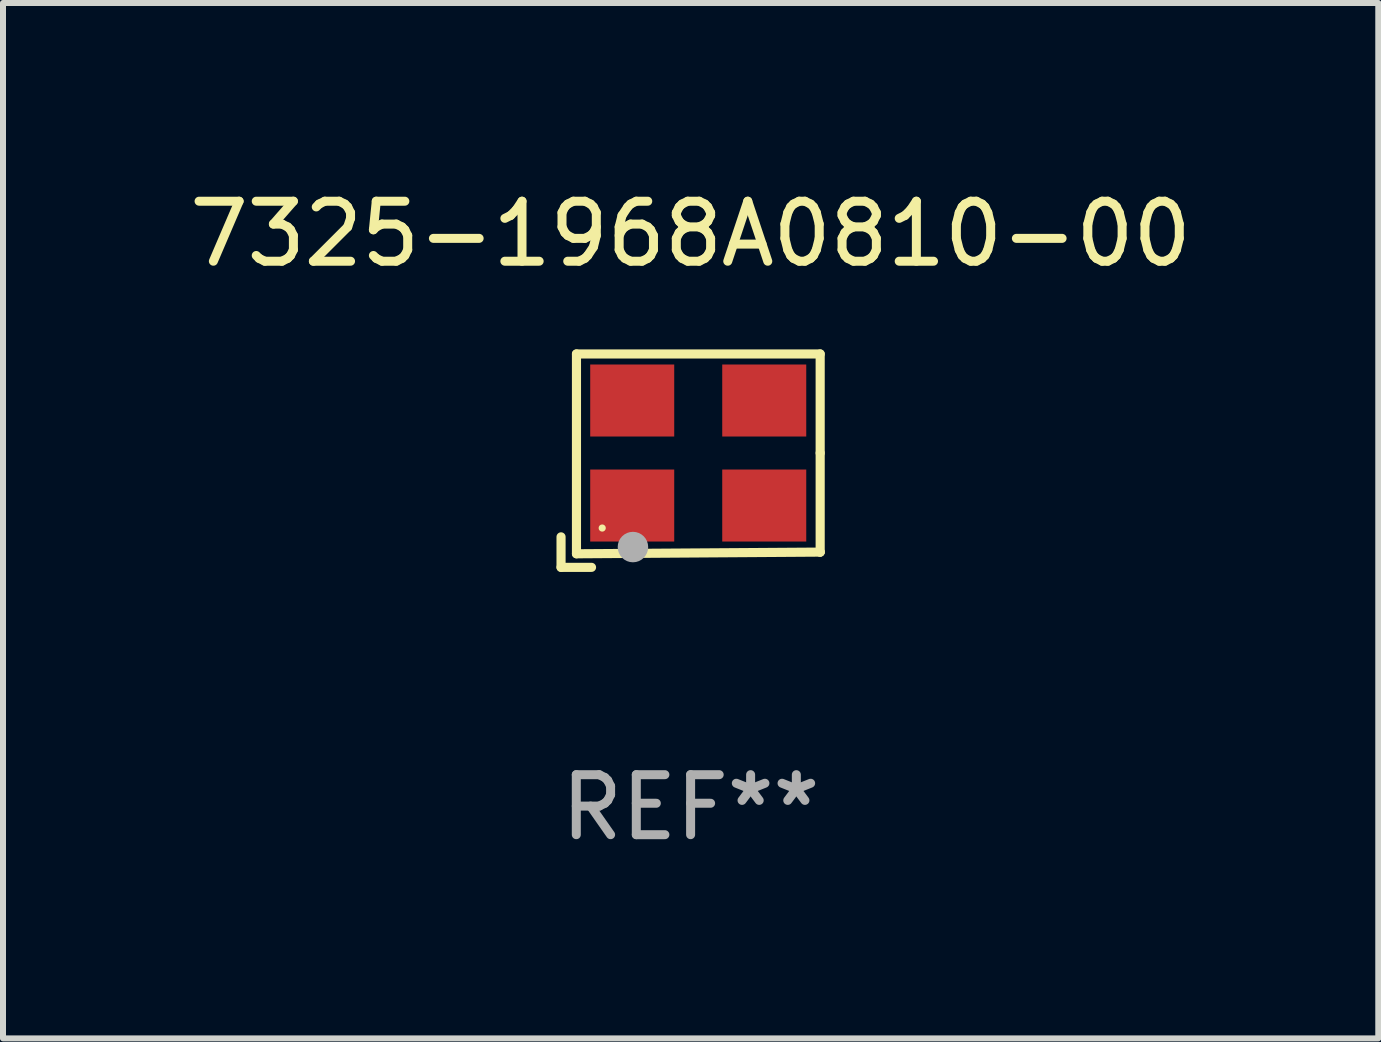
<source format=kicad_pcb>
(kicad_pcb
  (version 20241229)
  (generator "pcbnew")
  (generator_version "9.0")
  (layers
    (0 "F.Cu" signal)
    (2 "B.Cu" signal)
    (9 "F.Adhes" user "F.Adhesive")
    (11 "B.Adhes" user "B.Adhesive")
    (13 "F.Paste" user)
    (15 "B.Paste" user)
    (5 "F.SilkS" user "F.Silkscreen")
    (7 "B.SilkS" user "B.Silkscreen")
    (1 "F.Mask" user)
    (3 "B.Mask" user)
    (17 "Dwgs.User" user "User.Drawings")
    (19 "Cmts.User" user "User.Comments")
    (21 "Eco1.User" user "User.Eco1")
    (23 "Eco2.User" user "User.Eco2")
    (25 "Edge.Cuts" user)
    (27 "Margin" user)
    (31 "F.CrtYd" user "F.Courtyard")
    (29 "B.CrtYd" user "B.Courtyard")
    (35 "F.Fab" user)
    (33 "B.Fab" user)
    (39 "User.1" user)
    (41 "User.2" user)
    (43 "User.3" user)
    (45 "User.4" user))
  (footprint "7325-1968A0810-00"
    (layer "F.Cu")
    (at 8.458 4.626)
    (property "Reference" "7325-1968A0810-00" (at 0 -3.778 0) (layer "F.SilkS") (effects (font (size 1 1) (thickness 0.15))))
    (attr through_hole)
    (fp_line (start -2.159 1.27) (end -2.159 1.778) (stroke (width 0.152) (type solid)) (layer "F.SilkS"))
    (fp_line (start -2.159 1.778) (end -1.651 1.778) (stroke (width 0.152) (type solid)) (layer "F.SilkS"))
    (fp_line (start -1.902 -1.778) (end 2.159 -1.778) (stroke (width 0.152) (type solid)) (layer "F.SilkS"))
    (fp_line (start -1.902 1.552) (end -1.902 -1.778) (stroke (width 0.152) (type solid)) (layer "F.SilkS"))
    (fp_line (start 2.159 -1.778) (end 2.159 -0.127) (stroke (width 0.152) (type solid)) (layer "F.SilkS"))
    (fp_line (start 2.159 -0.127) (end 2.159 1.524) (stroke (width 0.152) (type solid)) (layer "F.SilkS"))
    (fp_line (start 2.159 1.524) (end -1.902 1.552) (stroke (width 0.152) (type solid)) (layer "F.SilkS"))
    (fp_line (start 2.159 1.524) (end 2.159 1.524) (stroke (width 0.152) (type solid)) (layer "F.SilkS"))
    (fp_circle (center -1.473 1.123) (end -1.443 1.123) (stroke (width 0.06) (type solid)) (fill no) (layer "F.SilkS"))
    (fp_circle (center -0.961 1.44) (end -0.834 1.44) (stroke (width 0.254) (type solid)) (fill no) (layer "F.Fab"))
    (fp_text user "REF**" (at 0 5.778 0) (layer "F.Fab") (effects (font (size 1 1) (thickness 0.15))))
    (pad "1" smd rect (at -0.973 0.748) (size 1.4 1.2) (layers "F.Cu" "F.Mask" "F.Paste"))
    (pad "2" smd rect (at 1.227 0.748) (size 1.4 1.2) (layers "F.Cu" "F.Mask" "F.Paste"))
    (pad "3" smd rect (at 1.227 -1.002) (size 1.4 1.2) (layers "F.Cu" "F.Mask" "F.Paste"))
    (pad "4" smd rect (at -0.973 -1.002) (size 1.4 1.2) (layers "F.Cu" "F.Mask" "F.Paste")))
  (gr_rect
    (start -3 -3)
    (end 19.917 14.253)
    (stroke (width 0.1) (type default))
    (fill no)
    (layer "Edge.Cuts")))
</source>
